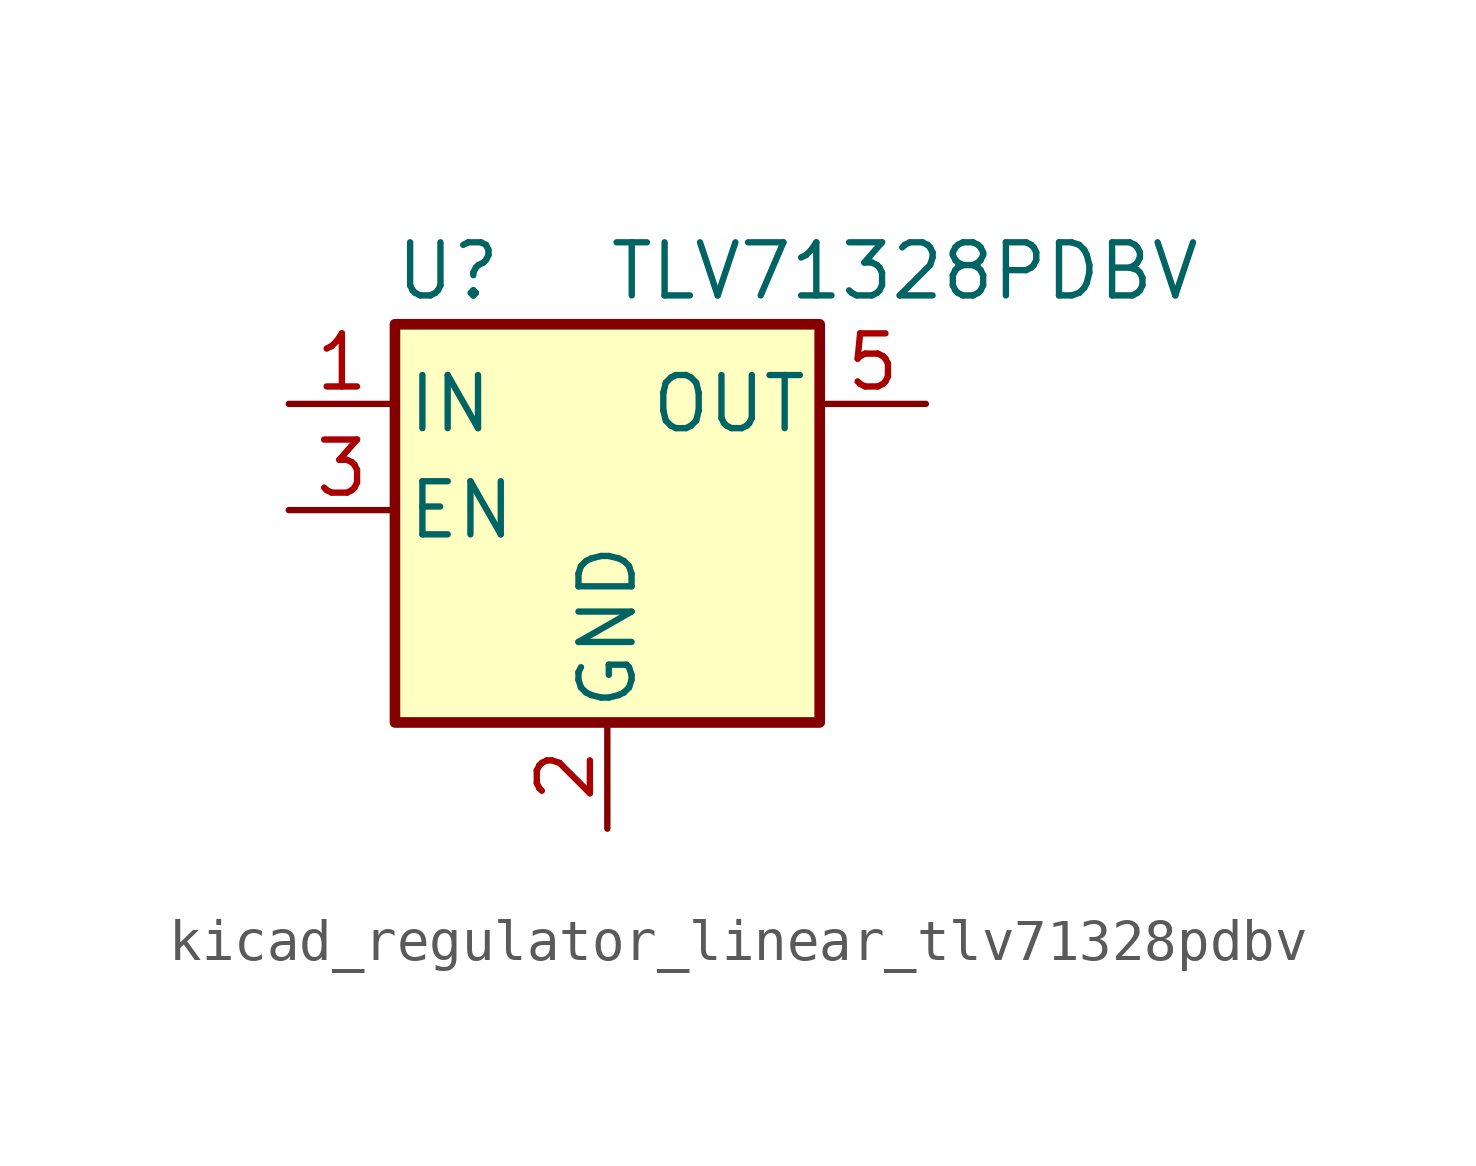
<source format=kicad_sym>
(kicad_symbol_lib
  (version 20220914)
  (generator kicad_symbol_editor)
  (symbol "kicad_regulator_linear_tlv71328pdbv"
    (pin_names
      (offset 0.254))
    (property "Reference" "U"
      (at -3.81 5.715 0)
      (effects (font (size 1.27 1.27))))
    (property "Value" "TLV71328PDBV"
      (at 0 5.715 0)
      (effects (font (size 1.27 1.27)) (justify left)))
    (symbol "kicad_regulator_linear_tlv71328pdbv_0_1"
      (rectangle (start -5.08 4.445) (end 5.08 -5.08) (stroke (width 0.254) (type default)) (fill (type background))))
    (symbol "kicad_regulator_linear_tlv71328pdbv_1_1"
      (pin power_in line (at -7.62 2.54 0) (length 2.54) (name "IN" (effects (font (size 1.27 1.27)))) (number "1" (effects (font (size 1.27 1.27)))))
      (pin power_in line (at 0 -7.62 90) (length 2.54) (name "GND" (effects (font (size 1.27 1.27)))) (number "2" (effects (font (size 1.27 1.27)))))
      (pin input line (at -7.62 0 0) (length 2.54) (name "EN" (effects (font (size 1.27 1.27)))) (number "3" (effects (font (size 1.27 1.27)))))
      (pin no_connect line (at 5.08 0 180) (length 2.54) hide (name "NC" (effects (font (size 1.27 1.27)))) (number "4" (effects (font (size 1.27 1.27)))))
      (pin power_out line (at 7.62 2.54 180) (length 2.54) (name "OUT" (effects (font (size 1.27 1.27)))) (number "5" (effects (font (size 1.27 1.27))))))))
</source>
